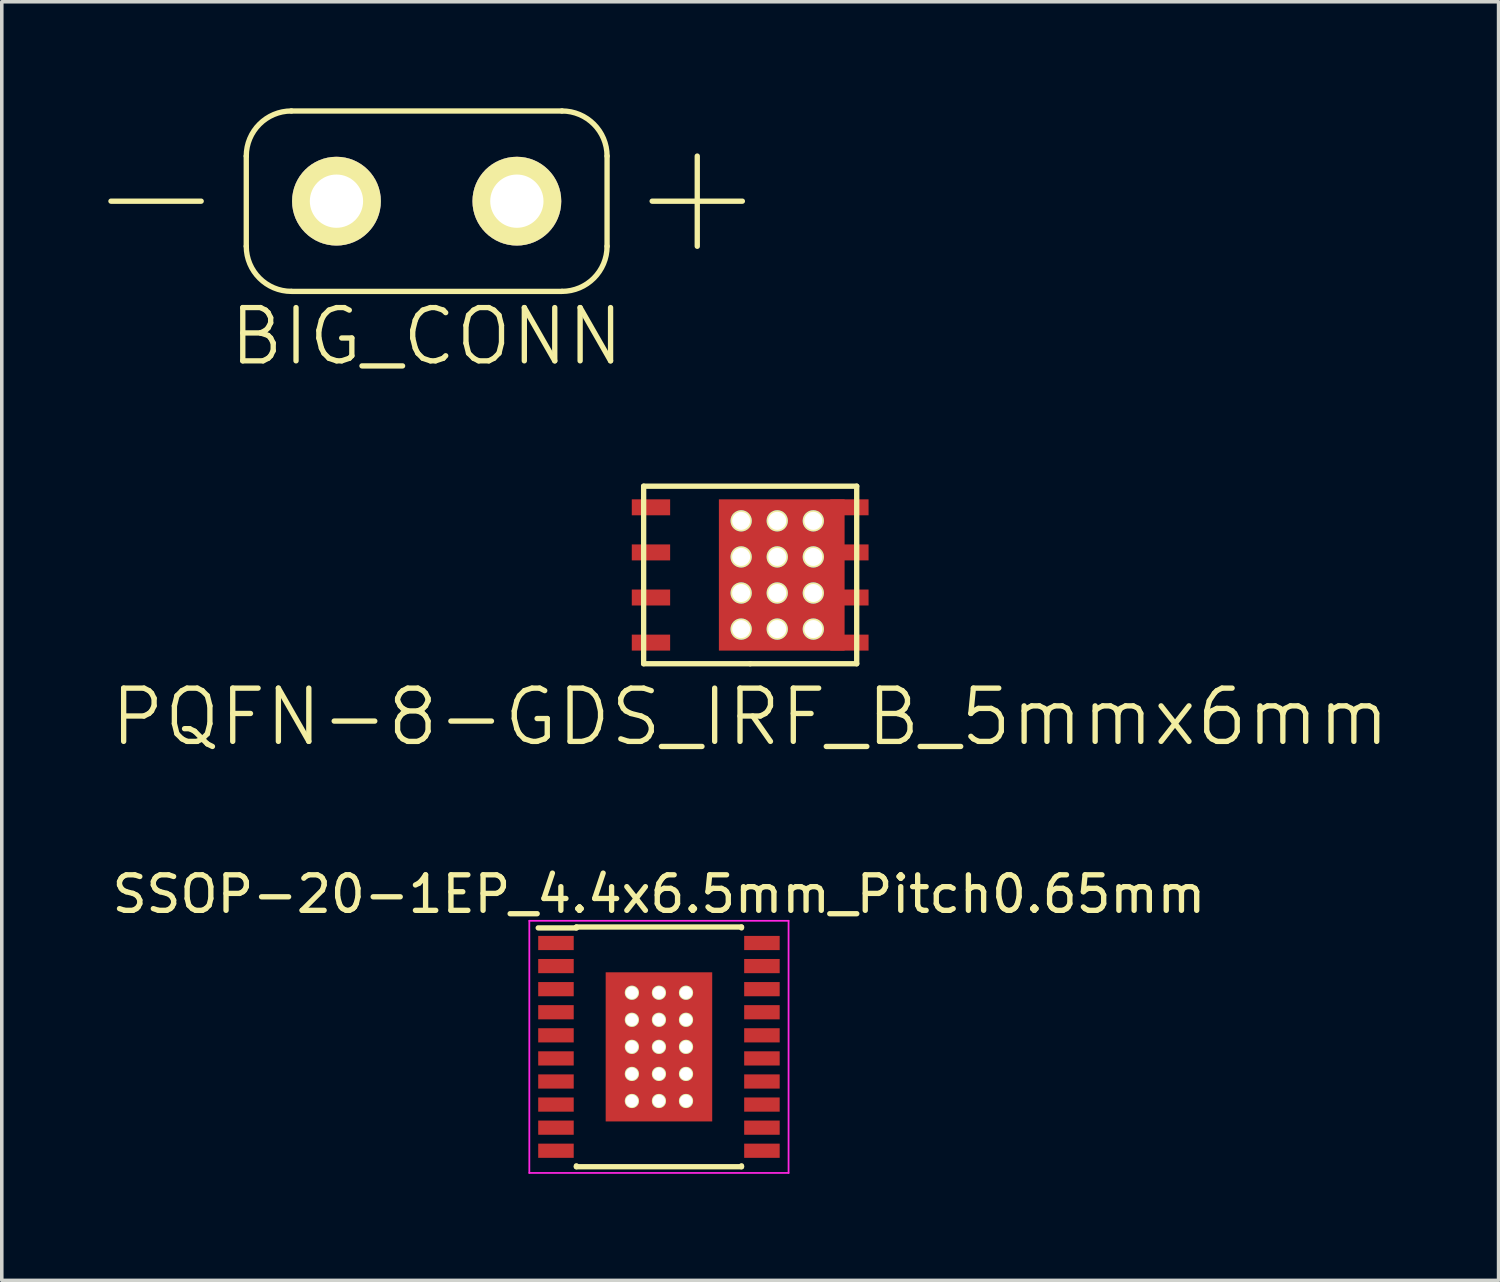
<source format=kicad_pcb>
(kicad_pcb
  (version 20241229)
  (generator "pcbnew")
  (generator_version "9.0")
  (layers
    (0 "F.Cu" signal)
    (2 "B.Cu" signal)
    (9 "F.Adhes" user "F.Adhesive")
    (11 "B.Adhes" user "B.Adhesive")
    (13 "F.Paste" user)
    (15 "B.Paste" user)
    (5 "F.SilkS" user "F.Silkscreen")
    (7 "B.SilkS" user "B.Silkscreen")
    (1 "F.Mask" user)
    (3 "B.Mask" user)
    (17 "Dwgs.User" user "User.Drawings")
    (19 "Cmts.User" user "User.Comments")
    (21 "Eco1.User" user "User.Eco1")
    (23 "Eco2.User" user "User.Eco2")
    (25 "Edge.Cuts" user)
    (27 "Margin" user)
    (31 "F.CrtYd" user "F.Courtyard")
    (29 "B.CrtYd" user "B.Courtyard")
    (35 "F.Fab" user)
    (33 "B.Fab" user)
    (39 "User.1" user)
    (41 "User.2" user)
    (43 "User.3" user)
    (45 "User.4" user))
  (footprint "BIG_CONN"
    (layer "F.Cu")
    (at 8.965 2.615)
    (property "Reference" "BIG_CONN" (at 0 3.81 0) (layer "F.SilkS") (effects (font (size 1.5 1.5) (thickness 0.15))))
    (attr through_hole)
    (fp_line (start -6.35 0) (end -8.89 0) (stroke (width 0.15) (type solid)) (layer "F.SilkS"))
    (fp_line (start -5.08 -1.27) (end -5.08 1.27) (stroke (width 0.15) (type solid)) (layer "F.SilkS"))
    (fp_line (start -3.81 2.54) (end 3.81 2.54) (stroke (width 0.15) (type solid)) (layer "F.SilkS"))
    (fp_line (start 3.81 -2.54) (end -3.81 -2.54) (stroke (width 0.15) (type solid)) (layer "F.SilkS"))
    (fp_line (start 5.08 1.27) (end 5.08 -1.27) (stroke (width 0.15) (type solid)) (layer "F.SilkS"))
    (fp_line (start 6.35 0) (end 8.89 0) (stroke (width 0.15) (type solid)) (layer "F.SilkS"))
    (fp_line (start 7.62 1.27) (end 7.62 -1.27) (stroke (width 0.15) (type solid)) (layer "F.SilkS"))
    (fp_arc (start -5.08 -1.27) (mid -4.708026 -2.168026) (end -3.81 -2.54) (stroke (width 0.15) (type solid)) (layer "F.SilkS"))
    (fp_arc (start -3.81 2.54) (mid -4.708026 2.168026) (end -5.08 1.27) (stroke (width 0.15) (type solid)) (layer "F.SilkS"))
    (fp_arc (start 3.81 -2.54) (mid 4.708026 -2.168026) (end 5.08 -1.27) (stroke (width 0.15) (type solid)) (layer "F.SilkS"))
    (fp_arc (start 5.08 1.27) (mid 4.708026 2.168026) (end 3.81 2.54) (stroke (width 0.15) (type solid)) (layer "F.SilkS"))
    (pad "1" thru_hole circle (at -2.54 0) (size 2.5 2.5) (drill 1.5) (layers "*.Cu" "*.Mask" "F.SilkS"))
    (pad "2" thru_hole circle (at 2.54 0) (size 2.5 2.5) (drill 1.5) (layers "*.Cu" "*.Mask" "F.SilkS")))
  (footprint "PQFN-8-GDS_IRF_B_5mmx6mm"
    (layer "F.Cu")
    (at 18.075 13.141)
    (property "Reference" "PQFN-8-GDS_IRF_B_5mmx6mm" (at 0 4 0) (layer "F.SilkS") (effects (font (size 1.5 1.5) (thickness 0.15))))
    (attr through_hole)
    (fp_line (start -3 -2.5) (end 3 -2.5) (stroke (width 0.15) (type solid)) (layer "F.SilkS"))
    (fp_line (start -3 2.5) (end -3 -2.5) (stroke (width 0.15) (type solid)) (layer "F.SilkS"))
    (fp_line (start 0 2.5) (end -3 2.5) (stroke (width 0.15) (type solid)) (layer "F.SilkS"))
    (fp_line (start 3 -2.5) (end 3 2.5) (stroke (width 0.15) (type solid)) (layer "F.SilkS"))
    (fp_line (start 3 2.5) (end 0 2.5) (stroke (width 0.15) (type solid)) (layer "F.SilkS"))
    (pad "D" thru_hole circle (at -0.254 -1.524) (size 0.6 0.6) (drill 0.508) (layers "*.Cu" "*.Mask" "F.SilkS"))
    (pad "D" thru_hole circle (at -0.254 -0.508) (size 0.6 0.6) (drill 0.508) (layers "*.Cu" "*.Mask" "F.SilkS"))
    (pad "D" thru_hole circle (at -0.254 0.508) (size 0.6 0.6) (drill 0.508) (layers "*.Cu" "*.Mask" "F.SilkS"))
    (pad "D" thru_hole circle (at -0.254 1.524) (size 0.6 0.6) (drill 0.508) (layers "*.Cu" "*.Mask" "F.SilkS"))
    (pad "D" thru_hole circle (at 0.762 -1.524) (size 0.6 0.6) (drill 0.508) (layers "*.Cu" "*.Mask" "F.SilkS"))
    (pad "D" thru_hole circle (at 0.762 -0.508) (size 0.6 0.6) (drill 0.508) (layers "*.Cu" "*.Mask" "F.SilkS"))
    (pad "D" thru_hole circle (at 0.762 0.508) (size 0.6 0.6) (drill 0.508) (layers "*.Cu" "*.Mask" "F.SilkS"))
    (pad "D" thru_hole circle (at 0.762 1.524) (size 0.6 0.6) (drill 0.508) (layers "*.Cu" "*.Mask" "F.SilkS"))
    (pad "D" smd rect (at 0.889 0) (size 3.54 4.26) (layers "F.Cu" "F.Mask" "F.Paste"))
    (pad "D" thru_hole circle (at 1.778 -1.524) (size 0.6 0.6) (drill 0.508) (layers "*.Cu" "*.Mask" "F.SilkS"))
    (pad "D" thru_hole circle (at 1.778 -0.508) (size 0.6 0.6) (drill 0.508) (layers "*.Cu" "*.Mask" "F.SilkS"))
    (pad "D" thru_hole circle (at 1.778 0.508) (size 0.6 0.6) (drill 0.508) (layers "*.Cu" "*.Mask" "F.SilkS"))
    (pad "D" thru_hole circle (at 1.778 1.524) (size 0.6 0.6) (drill 0.508) (layers "*.Cu" "*.Mask" "F.SilkS"))
    (pad "D" smd rect (at 2.794 -1.905) (size 1.08 0.45) (layers "F.Cu" "F.Mask" "F.Paste"))
    (pad "D" smd rect (at 2.794 -0.635) (size 1.08 0.45) (layers "F.Cu" "F.Mask" "F.Paste"))
    (pad "D" smd rect (at 2.794 0.635) (size 1.08 0.45) (layers "F.Cu" "F.Mask" "F.Paste"))
    (pad "D" smd rect (at 2.794 1.905) (size 1.08 0.45) (layers "F.Cu" "F.Mask" "F.Paste"))
    (pad "G" smd rect (at -2.794 1.905) (size 1.08 0.45) (layers "F.Cu" "F.Mask" "F.Paste"))
    (pad "S" smd rect (at -2.794 -1.905) (size 1.08 0.45) (layers "F.Cu" "F.Mask" "F.Paste"))
    (pad "S" smd rect (at -2.794 -0.635) (size 1.08 0.45) (layers "F.Cu" "F.Mask" "F.Paste"))
    (pad "S" smd rect (at -2.794 0.635) (size 1.08 0.45) (layers "F.Cu" "F.Mask" "F.Paste")))
  (footprint "SSOP-20-1EP_4.4x6.5mm_Pitch0.65mm"
    (layer "F.Cu")
    (at 15.506 26.43)
    (property "Reference" "SSOP-20-1EP_4.4x6.5mm_Pitch0.65mm" (at 0 -4.3 0) (layer "F.SilkS") (effects (font (size 1 1) (thickness 0.15))))
    (attr smd)
    (fp_line (start -2.325 -3.375) (end -2.325 -3.35) (stroke (width 0.15) (type solid)) (layer "F.SilkS"))
    (fp_line (start -2.325 -3.375) (end 2.325 -3.375) (stroke (width 0.15) (type solid)) (layer "F.SilkS"))
    (fp_line (start -2.325 -3.35) (end -3.4 -3.35) (stroke (width 0.15) (type solid)) (layer "F.SilkS"))
    (fp_line (start -2.325 3.375) (end -2.325 3.35) (stroke (width 0.15) (type solid)) (layer "F.SilkS"))
    (fp_line (start -2.325 3.375) (end 2.325 3.375) (stroke (width 0.15) (type solid)) (layer "F.SilkS"))
    (fp_line (start 2.325 -3.375) (end 2.325 -3.35) (stroke (width 0.15) (type solid)) (layer "F.SilkS"))
    (fp_line (start 2.325 3.375) (end 2.325 3.35) (stroke (width 0.15) (type solid)) (layer "F.SilkS"))
    (fp_line (start -3.65 -3.55) (end -3.65 3.55) (stroke (width 0.05) (type solid)) (layer "F.CrtYd"))
    (fp_line (start -3.65 -3.55) (end 3.65 -3.55) (stroke (width 0.05) (type solid)) (layer "F.CrtYd"))
    (fp_line (start -3.65 3.55) (end 3.65 3.55) (stroke (width 0.05) (type solid)) (layer "F.CrtYd"))
    (fp_line (start 3.65 -3.55) (end 3.65 3.55) (stroke (width 0.05) (type solid)) (layer "F.CrtYd"))
    (pad "1" smd rect (at -2.9 -2.925) (size 1 0.4) (layers "F.Cu" "F.Mask" "F.Paste"))
    (pad "2" smd rect (at -2.9 -2.275) (size 1 0.4) (layers "F.Cu" "F.Mask" "F.Paste"))
    (pad "3" smd rect (at -2.9 -1.625) (size 1 0.4) (layers "F.Cu" "F.Mask" "F.Paste"))
    (pad "4" smd rect (at -2.9 -0.975) (size 1 0.4) (layers "F.Cu" "F.Mask" "F.Paste"))
    (pad "5" smd rect (at -2.9 -0.325) (size 1 0.4) (layers "F.Cu" "F.Mask" "F.Paste"))
    (pad "6" smd rect (at -2.9 0.325) (size 1 0.4) (layers "F.Cu" "F.Mask" "F.Paste"))
    (pad "7" smd rect (at -2.9 0.975) (size 1 0.4) (layers "F.Cu" "F.Mask" "F.Paste"))
    (pad "8" smd rect (at -2.9 1.625) (size 1 0.4) (layers "F.Cu" "F.Mask" "F.Paste"))
    (pad "9" smd rect (at -2.9 2.275) (size 1 0.4) (layers "F.Cu" "F.Mask" "F.Paste"))
    (pad "10" smd rect (at -2.9 2.925) (size 1 0.4) (layers "F.Cu" "F.Mask" "F.Paste"))
    (pad "11" smd rect (at 2.9 2.925) (size 1 0.4) (layers "F.Cu" "F.Mask" "F.Paste"))
    (pad "12" smd rect (at 2.9 2.275) (size 1 0.4) (layers "F.Cu" "F.Mask" "F.Paste"))
    (pad "13" smd rect (at 2.9 1.625) (size 1 0.4) (layers "F.Cu" "F.Mask" "F.Paste"))
    (pad "14" smd rect (at 2.9 0.975) (size 1 0.4) (layers "F.Cu" "F.Mask" "F.Paste"))
    (pad "15" smd rect (at 2.9 0.325) (size 1 0.4) (layers "F.Cu" "F.Mask" "F.Paste"))
    (pad "16" smd rect (at 2.9 -0.325) (size 1 0.4) (layers "F.Cu" "F.Mask" "F.Paste"))
    (pad "17" smd rect (at 2.9 -0.975) (size 1 0.4) (layers "F.Cu" "F.Mask" "F.Paste"))
    (pad "18" smd rect (at 2.9 -1.625) (size 1 0.4) (layers "F.Cu" "F.Mask" "F.Paste"))
    (pad "19" smd rect (at 2.9 -2.275) (size 1 0.4) (layers "F.Cu" "F.Mask" "F.Paste"))
    (pad "20" smd rect (at 2.9 -2.925) (size 1 0.4) (layers "F.Cu" "F.Mask" "F.Paste"))
    (pad "EP" thru_hole circle (at -0.762 -1.524) (size 0.4 0.4) (drill 0.35) (layers "*.Cu" "*.Mask" "F.SilkS"))
    (pad "EP" thru_hole circle (at -0.762 -0.762) (size 0.4 0.4) (drill 0.35) (layers "*.Cu" "*.Mask" "F.SilkS"))
    (pad "EP" thru_hole circle (at -0.762 0) (size 0.4 0.4) (drill 0.35) (layers "*.Cu" "*.Mask" "F.SilkS"))
    (pad "EP" thru_hole circle (at -0.762 0.762) (size 0.4 0.4) (drill 0.35) (layers "*.Cu" "*.Mask" "F.SilkS"))
    (pad "EP" thru_hole circle (at -0.762 1.524) (size 0.4 0.4) (drill 0.35) (layers "*.Cu" "*.Mask" "F.SilkS"))
    (pad "EP" thru_hole circle (at 0 -1.524) (size 0.4 0.4) (drill 0.35) (layers "*.Cu" "*.Mask" "F.SilkS"))
    (pad "EP" thru_hole circle (at 0 -0.762) (size 0.4 0.4) (drill 0.35) (layers "*.Cu" "*.Mask" "F.SilkS"))
    (pad "EP" thru_hole circle (at 0 0) (size 0.4 0.4) (drill 0.35) (layers "*.Cu" "*.Mask" "F.SilkS"))
    (pad "EP" smd rect (at 0 0) (size 3 4.2) (layers "F.Cu" "F.Mask" "F.Paste"))
    (pad "EP" thru_hole circle (at 0 0.762) (size 0.4 0.4) (drill 0.35) (layers "*.Cu" "*.Mask" "F.SilkS"))
    (pad "EP" thru_hole circle (at 0 1.524) (size 0.4 0.4) (drill 0.35) (layers "*.Cu" "*.Mask" "F.SilkS"))
    (pad "EP" thru_hole circle (at 0.762 -1.524) (size 0.4 0.4) (drill 0.35) (layers "*.Cu" "*.Mask" "F.SilkS"))
    (pad "EP" thru_hole circle (at 0.762 -0.762) (size 0.4 0.4) (drill 0.35) (layers "*.Cu" "*.Mask" "F.SilkS"))
    (pad "EP" thru_hole circle (at 0.762 0) (size 0.4 0.4) (drill 0.35) (layers "*.Cu" "*.Mask" "F.SilkS"))
    (pad "EP" thru_hole circle (at 0.762 0.762) (size 0.4 0.4) (drill 0.35) (layers "*.Cu" "*.Mask" "F.SilkS"))
    (pad "EP" thru_hole circle (at 0.762 1.524) (size 0.4 0.4) (drill 0.35) (layers "*.Cu" "*.Mask" "F.SilkS")))
  (gr_rect
    (start -3 -3)
    (end 39.15 33.005)
    (stroke (width 0.1) (type default))
    (fill no)
    (layer "Edge.Cuts")))
</source>
